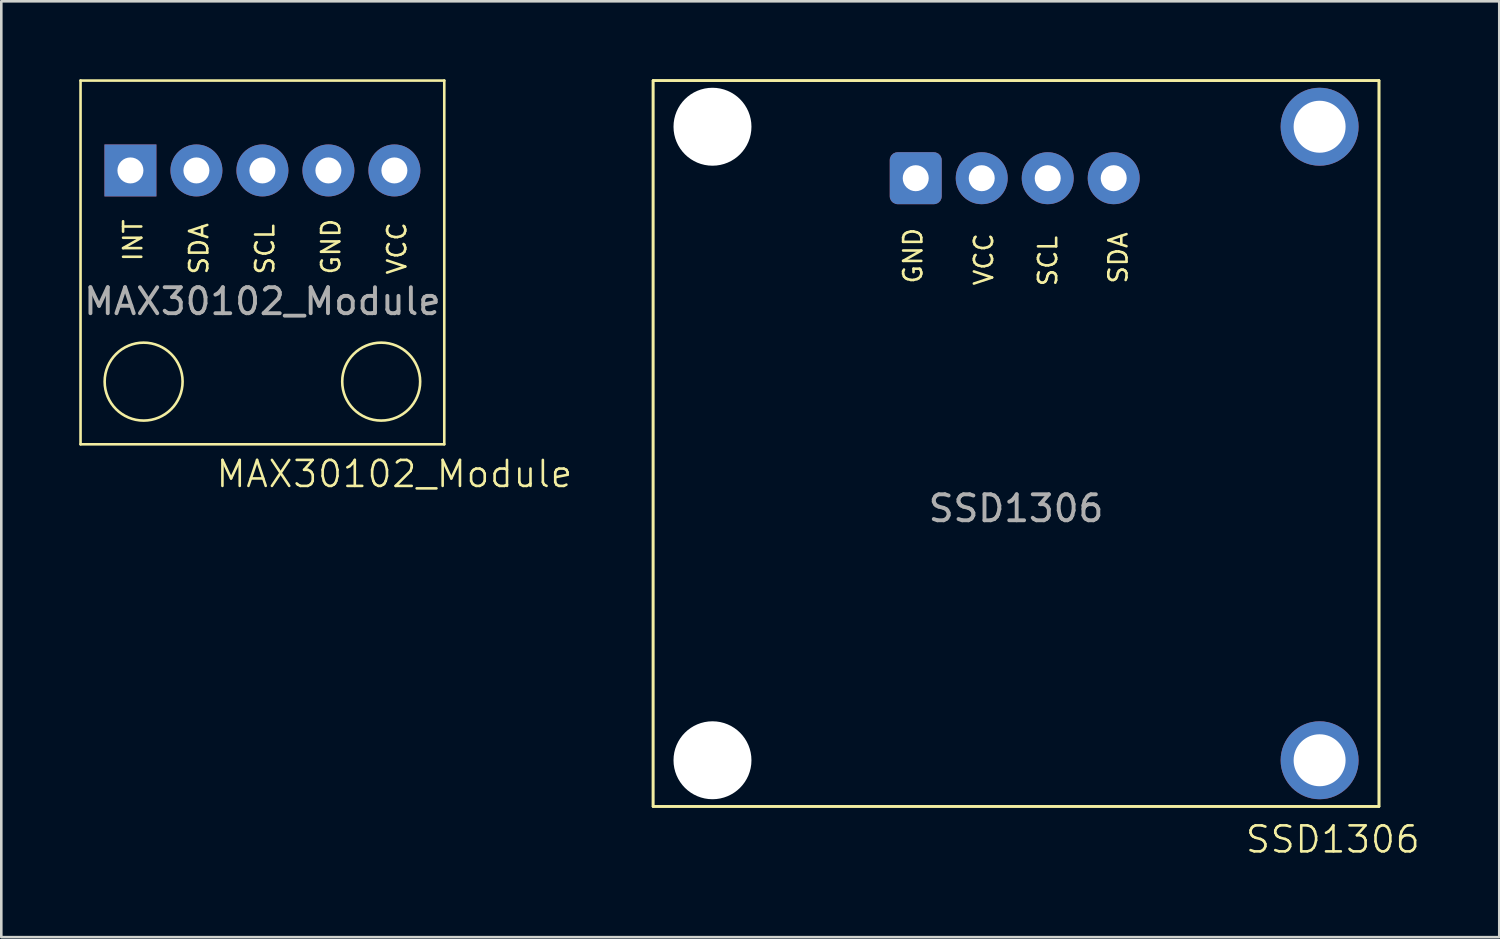
<source format=kicad_pcb>
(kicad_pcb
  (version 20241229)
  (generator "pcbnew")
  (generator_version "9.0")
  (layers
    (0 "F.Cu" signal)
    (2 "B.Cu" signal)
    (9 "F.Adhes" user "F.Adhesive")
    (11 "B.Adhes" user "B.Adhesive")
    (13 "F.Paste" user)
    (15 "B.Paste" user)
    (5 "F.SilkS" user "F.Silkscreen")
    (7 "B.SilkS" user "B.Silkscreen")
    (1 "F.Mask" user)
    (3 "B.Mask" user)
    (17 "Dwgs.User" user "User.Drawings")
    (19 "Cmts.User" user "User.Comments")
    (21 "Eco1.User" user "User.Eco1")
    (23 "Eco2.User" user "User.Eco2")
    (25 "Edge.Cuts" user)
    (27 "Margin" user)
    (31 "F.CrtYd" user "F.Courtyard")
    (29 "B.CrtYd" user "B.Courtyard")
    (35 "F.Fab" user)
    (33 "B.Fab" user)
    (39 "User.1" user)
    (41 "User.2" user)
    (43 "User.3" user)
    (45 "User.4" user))
  (footprint "MAX30102_Module"
    (layer "F.Cu")
    (at 7.05 6.05)
    (property "Reference" "MAX30102_Module" (at 5.08 9.144 0) (unlocked yes) (layer "F.SilkS") (effects (font (size 1 1) (thickness 0.1))))
    (attr smd)
    (fp_line (start -7 -6) (end 7 -6) (stroke (width 0.1) (type default)) (layer "F.SilkS"))
    (fp_line (start -7 8) (end -7 -6) (stroke (width 0.1) (type default)) (layer "F.SilkS"))
    (fp_line (start 7 -6) (end 7 8) (stroke (width 0.1) (type default)) (layer "F.SilkS"))
    (fp_line (start 7 8) (end -7 8) (stroke (width 0.1) (type default)) (layer "F.SilkS"))
    (fp_circle (center -4.572 5.588) (end -3.072 5.588) (stroke (width 0.1) (type solid)) (fill no) (layer "F.SilkS"))
    (fp_circle (center 4.572 5.588) (end 6.072 5.588) (stroke (width 0.1) (type solid)) (fill no) (layer "F.SilkS"))
    (fp_text user "GND" (at 3.048 1.524 90) (unlocked yes) (layer "F.SilkS") (effects (font (size 0.7 0.7) (thickness 0.1)) (justify left bottom)))
    (fp_text user "SCL" (at 0.508 1.524 90) (unlocked yes) (layer "F.SilkS") (effects (font (size 0.7 0.7) (thickness 0.1)) (justify left bottom)))
    (fp_text user "INT" (at -4.572 1.016 90) (unlocked yes) (layer "F.SilkS") (effects (font (size 0.7 0.7) (thickness 0.1)) (justify left bottom)))
    (fp_text user "SDA" (at -2.032 1.524 90) (unlocked yes) (layer "F.SilkS") (effects (font (size 0.7 0.7) (thickness 0.1)) (justify left bottom)))
    (fp_text user "VCC" (at 5.588 1.524 90) (unlocked yes) (layer "F.SilkS") (effects (font (size 0.7 0.7) (thickness 0.1)) (justify left bottom)))
    (fp_text user "${REFERENCE}" (at 0 2.5 0) (unlocked yes) (layer "F.Fab") (effects (font (size 1 1) (thickness 0.15))))
    (pad "1" thru_hole rect (at -5.08 -2.54) (size 2 2) (drill 1) (layers "*.Cu" "*.Mask"))
    (pad "2" thru_hole circle (at -2.54 -2.54) (size 2 2) (drill 1) (layers "*.Cu" "*.Mask"))
    (pad "3" thru_hole circle (at 0 -2.54) (size 2 2) (drill 1) (layers "*.Cu" "*.Mask"))
    (pad "4" thru_hole circle (at 2.54 -2.54) (size 2 2) (drill 1) (layers "*.Cu" "*.Mask"))
    (pad "5" thru_hole circle (at 5.08 -2.54) (size 2 2) (drill 1) (layers "*.Cu" "*.Mask"))
    (zone (net_name "") (layer "F.SilkS") (hatch edge 0.5) (connect_pads) (min_thickness 0.25) (filled_areas_thickness no) (keepout (tracks allowed) (vias allowed) (pads not_allowed) (copperpour allowed) (footprints not_allowed)) (placement (enabled no)) (fill) (polygon (pts (xy 0.05 0.05) (xy 14.05 0.05) (xy 14.05 14.05) (xy 0.05 14.05)))))
  (footprint "SSD1306"
    (layer "F.Cu")
    (at 36.057 14.02)
    (property "Reference" "SSD1306" (at 12.192 15.24 0) (unlocked yes) (layer "F.SilkS") (effects (font (size 1 1) (thickness 0.1))))
    (attr smd)
    (fp_line (start -13.97 -13.97) (end 13.97 -13.97) (stroke (width 0.1) (type default)) (layer "F.SilkS"))
    (fp_line (start -13.97 13.97) (end -13.97 -13.97) (stroke (width 0.1) (type default)) (layer "F.SilkS"))
    (fp_line (start 13.97 -13.97) (end 13.97 13.97) (stroke (width 0.1) (type default)) (layer "F.SilkS"))
    (fp_line (start 13.97 13.97) (end -13.97 13.97) (stroke (width 0.1) (type default)) (layer "F.SilkS"))
    (fp_rect (start -13.97 -13.97) (end 13.97 13.97) (stroke (width 0.1) (type default)) (fill no) (layer "F.SilkS"))
    (fp_text user "GND" (at -3.556 -6.096 90) (unlocked yes) (layer "F.SilkS") (effects (font (size 0.7 0.7) (thickness 0.1)) (justify left bottom)))
    (fp_text user "SCL" (at 1.634 -5.99 90) (unlocked yes) (layer "F.SilkS") (effects (font (size 0.7 0.7) (thickness 0.1)) (justify left bottom)))
    (fp_text user "SDA" (at 4.342 -6.094 90) (unlocked yes) (layer "F.SilkS") (effects (font (size 0.7 0.7) (thickness 0.1)) (justify left bottom)))
    (fp_text user "VCC" (at -0.832 -6.024 90) (unlocked yes) (layer "F.SilkS") (effects (font (size 0.7 0.7) (thickness 0.1)) (justify left bottom)))
    (fp_text user "${REFERENCE}" (at 0 2.5 0) (unlocked yes) (layer "F.Fab") (effects (font (size 1 1) (thickness 0.15))))
    (pad "" np_thru_hole rect (at -11.684 -12.192) (size 3 3) (drill 3) (layers "*.Cu" "*.Mask") (padstack (mode front_inner_back) (layer "Inner" (shape circle) (size 3 3)) (layer "B.Cu" (shape circle) (size 3 3))))
    (pad "" np_thru_hole circle (at -11.684 12.192) (size 3 3) (drill 3) (layers "*.Cu" "*.Mask"))
    (pad "" np_thru_hole circle (at 11.684 -12.192) (size 3 3) (drill 2) (layers "*.Cu" "*.Mask"))
    (pad "" np_thru_hole circle (at 11.684 12.192) (size 3 3) (drill 2) (layers "*.Cu" "*.Mask"))
    (pad "1" thru_hole roundrect (at -3.861 -10.211) (size 2 2) (drill 1) (layers "*.Cu" "*.Mask") (roundrect_rratio 0.15))
    (pad "2" thru_hole circle (at -1.321 -10.211) (size 2 2) (drill 1) (layers "*.Cu" "*.Mask"))
    (pad "3" thru_hole circle (at 1.219 -10.211) (size 2 2) (drill 1) (layers "*.Cu" "*.Mask"))
    (pad "4" thru_hole circle (at 3.759 -10.211) (size 2 2) (drill 1) (layers "*.Cu" "*.Mask")))
  (gr_rect
    (start -3 -3)
    (end 54.656 33.02)
    (stroke (width 0.1) (type default))
    (fill no)
    (layer "Edge.Cuts")))
</source>
